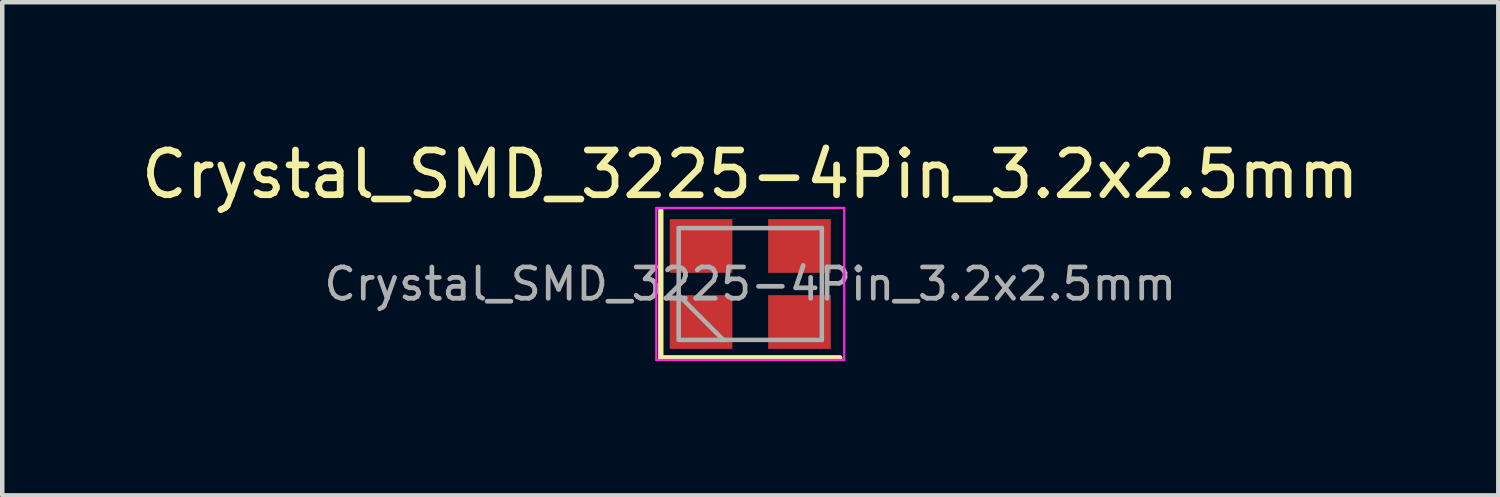
<source format=kicad_pcb>
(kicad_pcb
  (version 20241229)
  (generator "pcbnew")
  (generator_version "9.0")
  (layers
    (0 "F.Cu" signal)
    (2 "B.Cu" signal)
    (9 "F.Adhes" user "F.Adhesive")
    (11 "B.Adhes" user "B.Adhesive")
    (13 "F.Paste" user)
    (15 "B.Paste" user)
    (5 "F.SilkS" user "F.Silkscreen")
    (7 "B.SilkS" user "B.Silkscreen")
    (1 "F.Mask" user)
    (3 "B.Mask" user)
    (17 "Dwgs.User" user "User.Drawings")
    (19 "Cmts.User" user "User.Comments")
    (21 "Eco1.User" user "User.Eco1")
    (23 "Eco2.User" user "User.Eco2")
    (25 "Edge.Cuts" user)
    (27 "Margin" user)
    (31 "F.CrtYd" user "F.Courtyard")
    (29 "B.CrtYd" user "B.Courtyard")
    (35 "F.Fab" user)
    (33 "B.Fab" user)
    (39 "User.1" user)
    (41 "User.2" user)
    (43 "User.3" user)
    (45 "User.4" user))
  (footprint "Crystal_SMD_3225-4Pin_3.2x2.5mm"
    (layer "F.Cu")
    (at 13.72 3.298)
    (property "Reference" "Crystal_SMD_3225-4Pin_3.2x2.5mm" (at 0 -2.45 0) (layer "F.SilkS") (effects (font (size 1 1) (thickness 0.15))))
    (attr smd)
    (fp_line (start -2 -1.65) (end -2 1.65) (stroke (width 0.12) (type solid)) (layer "F.SilkS"))
    (fp_line (start -2 1.65) (end 2 1.65) (stroke (width 0.12) (type solid)) (layer "F.SilkS"))
    (fp_line (start -2.1 -1.7) (end -2.1 1.7) (stroke (width 0.05) (type solid)) (layer "F.CrtYd"))
    (fp_line (start -2.1 1.7) (end 2.1 1.7) (stroke (width 0.05) (type solid)) (layer "F.CrtYd"))
    (fp_line (start 2.1 -1.7) (end -2.1 -1.7) (stroke (width 0.05) (type solid)) (layer "F.CrtYd"))
    (fp_line (start 2.1 1.7) (end 2.1 -1.7) (stroke (width 0.05) (type solid)) (layer "F.CrtYd"))
    (fp_line (start -1.6 -1.25) (end -1.6 1.25) (stroke (width 0.1) (type solid)) (layer "F.Fab"))
    (fp_line (start -1.6 0.25) (end -0.6 1.25) (stroke (width 0.1) (type solid)) (layer "F.Fab"))
    (fp_line (start -1.6 1.25) (end 1.6 1.25) (stroke (width 0.1) (type solid)) (layer "F.Fab"))
    (fp_line (start 1.6 -1.25) (end -1.6 -1.25) (stroke (width 0.1) (type solid)) (layer "F.Fab"))
    (fp_line (start 1.6 1.25) (end 1.6 -1.25) (stroke (width 0.1) (type solid)) (layer "F.Fab"))
    (fp_text user "${REFERENCE}" (at 0 0 0) (layer "F.Fab") (effects (font (size 0.7 0.7) (thickness 0.105))))
    (pad "1" smd rect (at -1.1 0.85) (size 1.4 1.2) (layers "F.Cu" "F.Mask" "F.Paste"))
    (pad "2" smd rect (at 1.1 0.85) (size 1.4 1.2) (layers "F.Cu" "F.Mask" "F.Paste"))
    (pad "3" smd rect (at 1.1 -0.85) (size 1.4 1.2) (layers "F.Cu" "F.Mask" "F.Paste"))
    (pad "4" smd rect (at -1.1 -0.85) (size 1.4 1.2) (layers "F.Cu" "F.Mask" "F.Paste")))
  (gr_rect
    (start -3 -3)
    (end 30.44 8.023)
    (stroke (width 0.1) (type default))
    (fill no)
    (layer "Edge.Cuts")))
</source>
